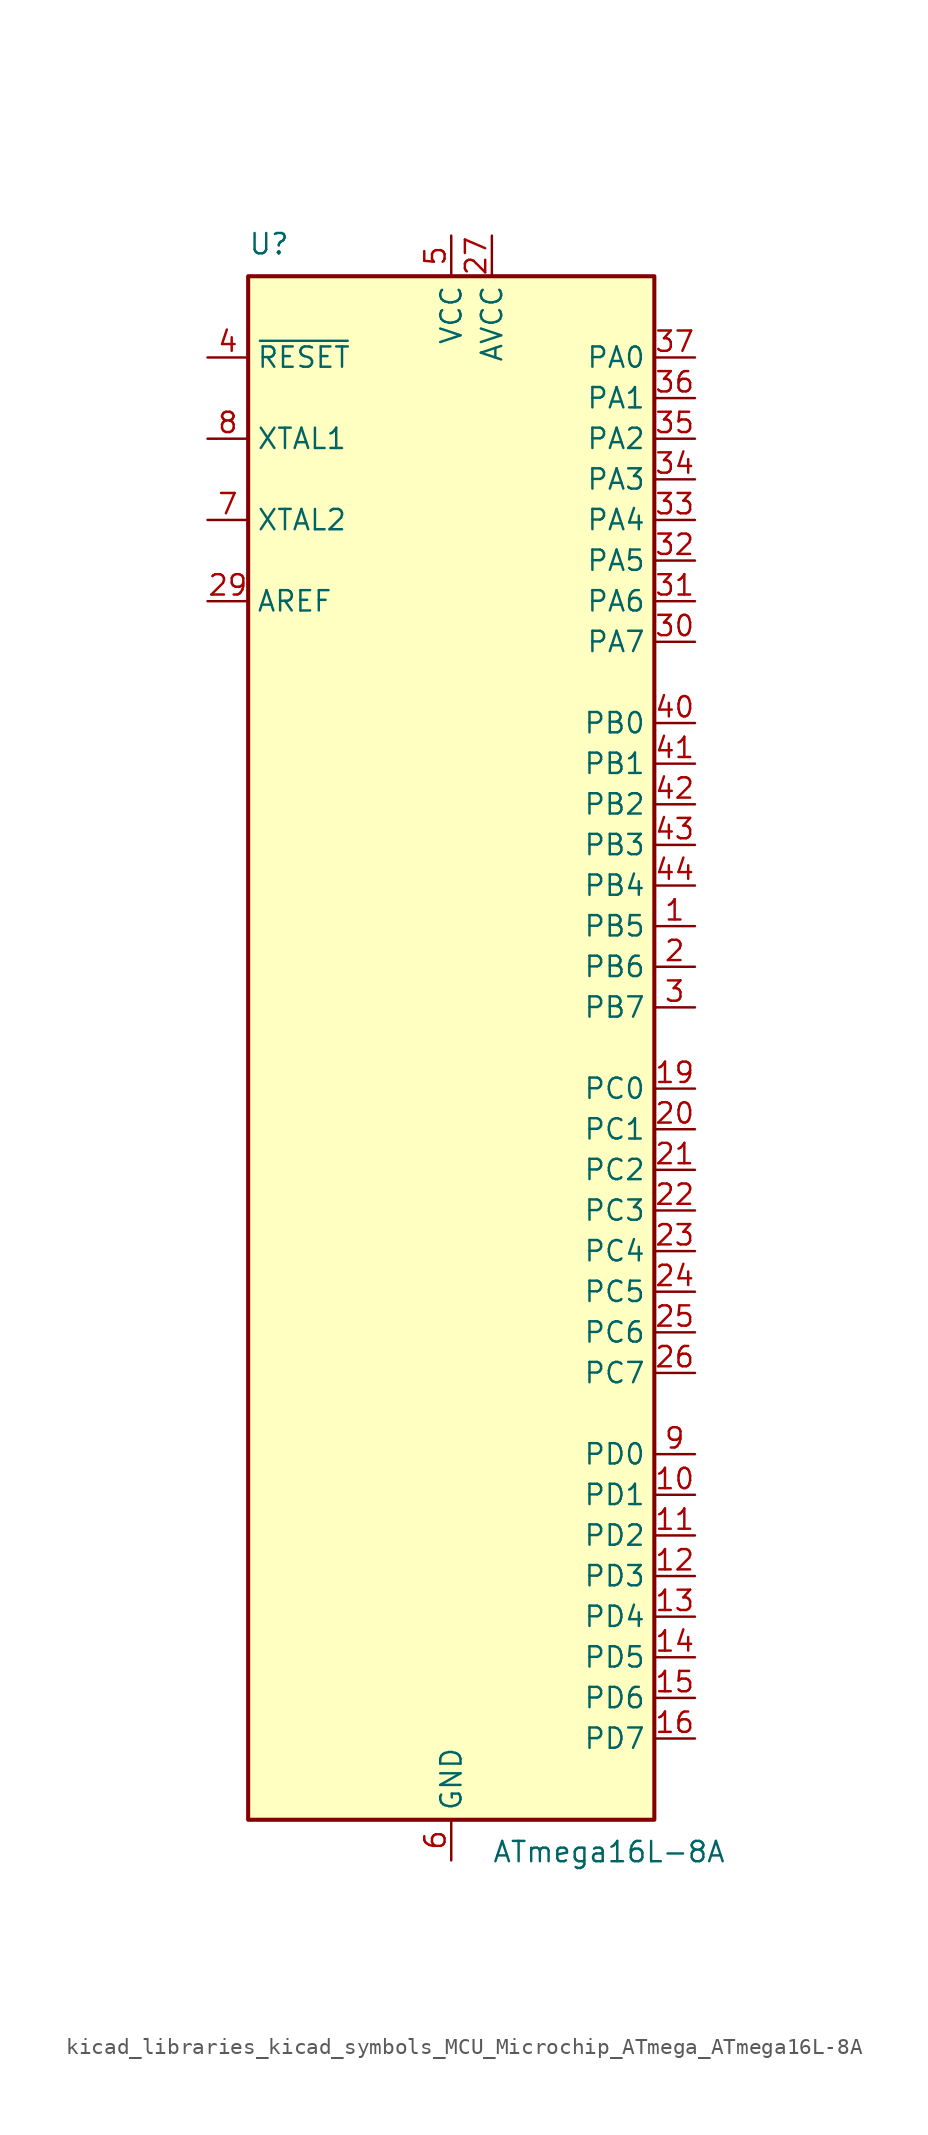
<source format=kicad_sym>
(kicad_symbol_lib
  (version 20220914)
  (generator kicad_symbol_editor)
  (symbol "kicad_libraries_kicad_symbols_MCU_Microchip_ATmega_ATmega16L-8A"
    (property "Reference" "U"
      (at -12.7 49.53 0)
      (effects (font (size 1.27 1.27)) (justify left bottom)))
    (property "Value" "ATmega16L-8A"
      (at 2.54 -49.53 0)
      (effects (font (size 1.27 1.27)) (justify left top)))
    (symbol "kicad_libraries_kicad_symbols_MCU_Microchip_ATmega_ATmega16L-8A_0_1"
      (rectangle (start -12.7 -48.26) (end 12.7 48.26) (stroke (width 0.254) (type default)) (fill (type background))))
    (symbol "kicad_libraries_kicad_symbols_MCU_Microchip_ATmega_ATmega16L-8A_1_1"
      (pin bidirectional line (at 15.24 7.62 180) (length 2.54) (name "PB5" (effects (font (size 1.27 1.27)))) (number "1" (effects (font (size 1.27 1.27)))))
      (pin bidirectional line (at 15.24 -27.94 180) (length 2.54) (name "PD1" (effects (font (size 1.27 1.27)))) (number "10" (effects (font (size 1.27 1.27)))))
      (pin bidirectional line (at 15.24 -30.48 180) (length 2.54) (name "PD2" (effects (font (size 1.27 1.27)))) (number "11" (effects (font (size 1.27 1.27)))))
      (pin bidirectional line (at 15.24 -33.02 180) (length 2.54) (name "PD3" (effects (font (size 1.27 1.27)))) (number "12" (effects (font (size 1.27 1.27)))))
      (pin bidirectional line (at 15.24 -35.56 180) (length 2.54) (name "PD4" (effects (font (size 1.27 1.27)))) (number "13" (effects (font (size 1.27 1.27)))))
      (pin bidirectional line (at 15.24 -38.1 180) (length 2.54) (name "PD5" (effects (font (size 1.27 1.27)))) (number "14" (effects (font (size 1.27 1.27)))))
      (pin bidirectional line (at 15.24 -40.64 180) (length 2.54) (name "PD6" (effects (font (size 1.27 1.27)))) (number "15" (effects (font (size 1.27 1.27)))))
      (pin bidirectional line (at 15.24 -43.18 180) (length 2.54) (name "PD7" (effects (font (size 1.27 1.27)))) (number "16" (effects (font (size 1.27 1.27)))))
      (pin passive line (at 0 50.8 270) (length 2.54) hide (name "VCC" (effects (font (size 1.27 1.27)))) (number "17" (effects (font (size 1.27 1.27)))))
      (pin passive line (at 0 -50.8 90) (length 2.54) hide (name "GND" (effects (font (size 1.27 1.27)))) (number "18" (effects (font (size 1.27 1.27)))))
      (pin bidirectional line (at 15.24 -2.54 180) (length 2.54) (name "PC0" (effects (font (size 1.27 1.27)))) (number "19" (effects (font (size 1.27 1.27)))))
      (pin bidirectional line (at 15.24 5.08 180) (length 2.54) (name "PB6" (effects (font (size 1.27 1.27)))) (number "2" (effects (font (size 1.27 1.27)))))
      (pin bidirectional line (at 15.24 -5.08 180) (length 2.54) (name "PC1" (effects (font (size 1.27 1.27)))) (number "20" (effects (font (size 1.27 1.27)))))
      (pin bidirectional line (at 15.24 -7.62 180) (length 2.54) (name "PC2" (effects (font (size 1.27 1.27)))) (number "21" (effects (font (size 1.27 1.27)))))
      (pin bidirectional line (at 15.24 -10.16 180) (length 2.54) (name "PC3" (effects (font (size 1.27 1.27)))) (number "22" (effects (font (size 1.27 1.27)))))
      (pin bidirectional line (at 15.24 -12.7 180) (length 2.54) (name "PC4" (effects (font (size 1.27 1.27)))) (number "23" (effects (font (size 1.27 1.27)))))
      (pin bidirectional line (at 15.24 -15.24 180) (length 2.54) (name "PC5" (effects (font (size 1.27 1.27)))) (number "24" (effects (font (size 1.27 1.27)))))
      (pin bidirectional line (at 15.24 -17.78 180) (length 2.54) (name "PC6" (effects (font (size 1.27 1.27)))) (number "25" (effects (font (size 1.27 1.27)))))
      (pin bidirectional line (at 15.24 -20.32 180) (length 2.54) (name "PC7" (effects (font (size 1.27 1.27)))) (number "26" (effects (font (size 1.27 1.27)))))
      (pin power_in line (at 2.54 50.8 270) (length 2.54) (name "AVCC" (effects (font (size 1.27 1.27)))) (number "27" (effects (font (size 1.27 1.27)))))
      (pin passive line (at 0 -50.8 90) (length 2.54) hide (name "GND" (effects (font (size 1.27 1.27)))) (number "28" (effects (font (size 1.27 1.27)))))
      (pin passive line (at -15.24 27.94 0) (length 2.54) (name "AREF" (effects (font (size 1.27 1.27)))) (number "29" (effects (font (size 1.27 1.27)))))
      (pin bidirectional line (at 15.24 2.54 180) (length 2.54) (name "PB7" (effects (font (size 1.27 1.27)))) (number "3" (effects (font (size 1.27 1.27)))))
      (pin bidirectional line (at 15.24 25.4 180) (length 2.54) (name "PA7" (effects (font (size 1.27 1.27)))) (number "30" (effects (font (size 1.27 1.27)))))
      (pin bidirectional line (at 15.24 27.94 180) (length 2.54) (name "PA6" (effects (font (size 1.27 1.27)))) (number "31" (effects (font (size 1.27 1.27)))))
      (pin bidirectional line (at 15.24 30.48 180) (length 2.54) (name "PA5" (effects (font (size 1.27 1.27)))) (number "32" (effects (font (size 1.27 1.27)))))
      (pin bidirectional line (at 15.24 33.02 180) (length 2.54) (name "PA4" (effects (font (size 1.27 1.27)))) (number "33" (effects (font (size 1.27 1.27)))))
      (pin bidirectional line (at 15.24 35.56 180) (length 2.54) (name "PA3" (effects (font (size 1.27 1.27)))) (number "34" (effects (font (size 1.27 1.27)))))
      (pin bidirectional line (at 15.24 38.1 180) (length 2.54) (name "PA2" (effects (font (size 1.27 1.27)))) (number "35" (effects (font (size 1.27 1.27)))))
      (pin bidirectional line (at 15.24 40.64 180) (length 2.54) (name "PA1" (effects (font (size 1.27 1.27)))) (number "36" (effects (font (size 1.27 1.27)))))
      (pin bidirectional line (at 15.24 43.18 180) (length 2.54) (name "PA0" (effects (font (size 1.27 1.27)))) (number "37" (effects (font (size 1.27 1.27)))))
      (pin passive line (at 0 50.8 270) (length 2.54) hide (name "VCC" (effects (font (size 1.27 1.27)))) (number "38" (effects (font (size 1.27 1.27)))))
      (pin passive line (at 0 -50.8 90) (length 2.54) hide (name "GND" (effects (font (size 1.27 1.27)))) (number "39" (effects (font (size 1.27 1.27)))))
      (pin input line (at -15.24 43.18 0) (length 2.54) (name "~{RESET}" (effects (font (size 1.27 1.27)))) (number "4" (effects (font (size 1.27 1.27)))))
      (pin bidirectional line (at 15.24 20.32 180) (length 2.54) (name "PB0" (effects (font (size 1.27 1.27)))) (number "40" (effects (font (size 1.27 1.27)))))
      (pin bidirectional line (at 15.24 17.78 180) (length 2.54) (name "PB1" (effects (font (size 1.27 1.27)))) (number "41" (effects (font (size 1.27 1.27)))))
      (pin bidirectional line (at 15.24 15.24 180) (length 2.54) (name "PB2" (effects (font (size 1.27 1.27)))) (number "42" (effects (font (size 1.27 1.27)))))
      (pin bidirectional line (at 15.24 12.7 180) (length 2.54) (name "PB3" (effects (font (size 1.27 1.27)))) (number "43" (effects (font (size 1.27 1.27)))))
      (pin bidirectional line (at 15.24 10.16 180) (length 2.54) (name "PB4" (effects (font (size 1.27 1.27)))) (number "44" (effects (font (size 1.27 1.27)))))
      (pin power_in line (at 0 50.8 270) (length 2.54) (name "VCC" (effects (font (size 1.27 1.27)))) (number "5" (effects (font (size 1.27 1.27)))))
      (pin power_in line (at 0 -50.8 90) (length 2.54) (name "GND" (effects (font (size 1.27 1.27)))) (number "6" (effects (font (size 1.27 1.27)))))
      (pin output line (at -15.24 33.02 0) (length 2.54) (name "XTAL2" (effects (font (size 1.27 1.27)))) (number "7" (effects (font (size 1.27 1.27)))))
      (pin input line (at -15.24 38.1 0) (length 2.54) (name "XTAL1" (effects (font (size 1.27 1.27)))) (number "8" (effects (font (size 1.27 1.27)))))
      (pin bidirectional line (at 15.24 -25.4 180) (length 2.54) (name "PD0" (effects (font (size 1.27 1.27)))) (number "9" (effects (font (size 1.27 1.27))))))))
</source>
